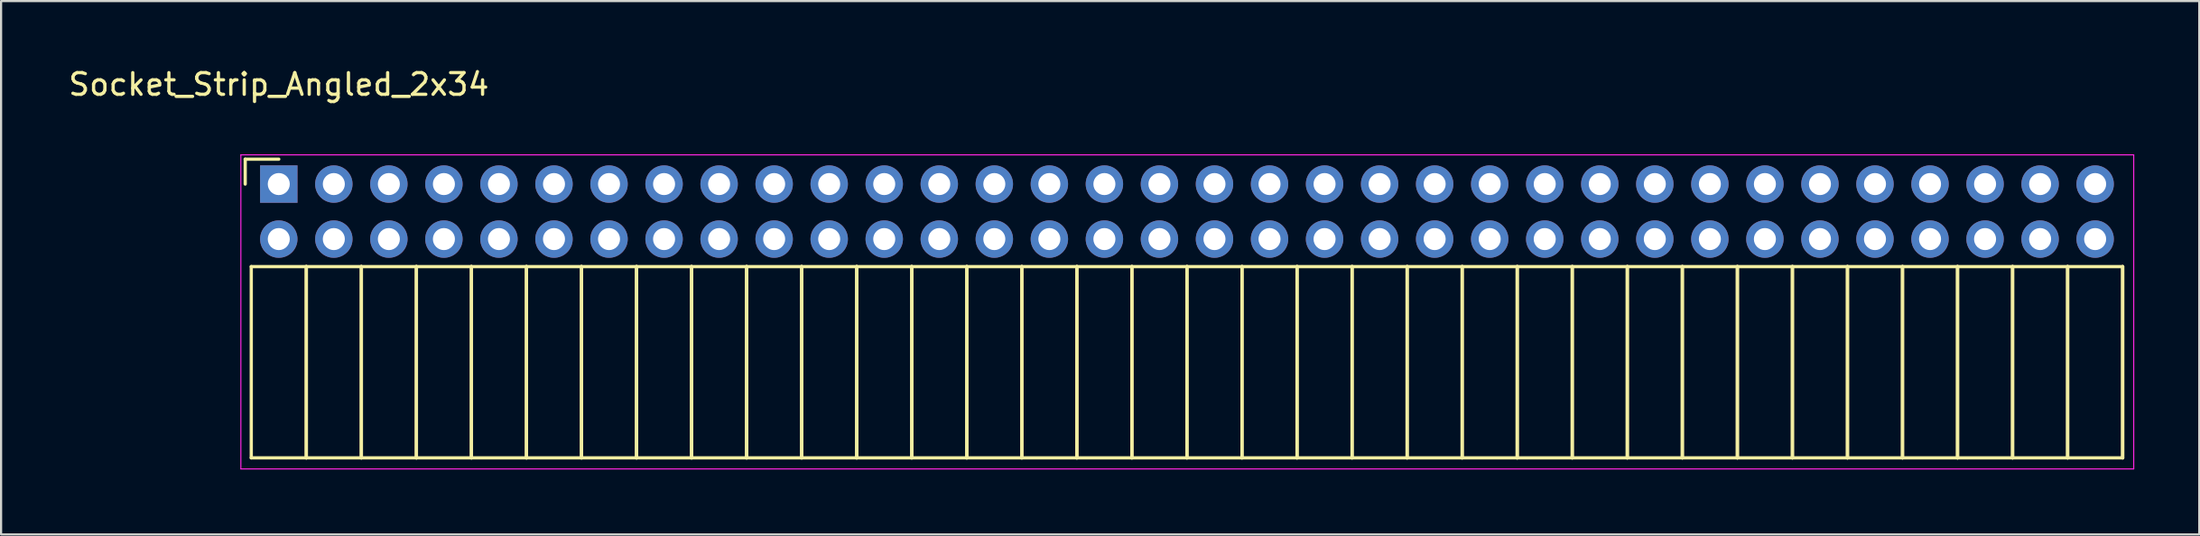
<source format=kicad_pcb>
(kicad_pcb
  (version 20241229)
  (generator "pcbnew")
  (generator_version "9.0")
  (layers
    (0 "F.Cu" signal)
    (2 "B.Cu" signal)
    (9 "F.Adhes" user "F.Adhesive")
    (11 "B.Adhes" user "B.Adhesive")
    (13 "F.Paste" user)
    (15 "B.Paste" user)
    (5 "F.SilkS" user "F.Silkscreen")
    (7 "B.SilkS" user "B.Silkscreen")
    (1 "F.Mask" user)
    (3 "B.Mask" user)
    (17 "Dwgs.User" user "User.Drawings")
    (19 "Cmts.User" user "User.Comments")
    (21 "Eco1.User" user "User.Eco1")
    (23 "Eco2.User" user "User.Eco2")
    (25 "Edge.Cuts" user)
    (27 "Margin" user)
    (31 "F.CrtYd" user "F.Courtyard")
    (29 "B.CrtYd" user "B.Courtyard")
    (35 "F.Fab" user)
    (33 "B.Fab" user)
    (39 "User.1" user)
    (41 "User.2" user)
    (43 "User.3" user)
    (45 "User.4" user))
  (footprint "Socket_Strip_Angled_2x34"
    (layer "F.Cu")
    (at 9.815 5.448)
    (property "Reference" "Socket_Strip_Angled_2x34" (at 0 -4.6 0) (layer "F.SilkS") (effects (font (size 1 1) (thickness 0.15))))
    (attr through_hole)
    (fp_line (start -1.55 -1.15) (end -1.55 0) (stroke (width 0.15) (type solid)) (layer "F.SilkS"))
    (fp_line (start -1.27 3.81) (end -1.27 12.64) (stroke (width 0.15) (type solid)) (layer "F.SilkS"))
    (fp_line (start -1.27 3.81) (end 1.27 3.81) (stroke (width 0.15) (type solid)) (layer "F.SilkS"))
    (fp_line (start -1.27 12.64) (end 1.27 12.64) (stroke (width 0.15) (type solid)) (layer "F.SilkS"))
    (fp_line (start 0 -1.15) (end -1.55 -1.15) (stroke (width 0.15) (type solid)) (layer "F.SilkS"))
    (fp_line (start 1.27 3.81) (end 1.27 12.64) (stroke (width 0.15) (type solid)) (layer "F.SilkS"))
    (fp_line (start 1.27 3.81) (end 3.81 3.81) (stroke (width 0.15) (type solid)) (layer "F.SilkS"))
    (fp_line (start 1.27 12.64) (end 1.27 3.81) (stroke (width 0.15) (type solid)) (layer "F.SilkS"))
    (fp_line (start 1.27 12.64) (end 3.81 12.64) (stroke (width 0.15) (type solid)) (layer "F.SilkS"))
    (fp_line (start 3.81 3.81) (end 3.81 12.64) (stroke (width 0.15) (type solid)) (layer "F.SilkS"))
    (fp_line (start 3.81 3.81) (end 6.35 3.81) (stroke (width 0.15) (type solid)) (layer "F.SilkS"))
    (fp_line (start 3.81 12.64) (end 3.81 3.81) (stroke (width 0.15) (type solid)) (layer "F.SilkS"))
    (fp_line (start 3.81 12.64) (end 6.35 12.64) (stroke (width 0.15) (type solid)) (layer "F.SilkS"))
    (fp_line (start 6.35 3.81) (end 6.35 12.64) (stroke (width 0.15) (type solid)) (layer "F.SilkS"))
    (fp_line (start 6.35 3.81) (end 8.89 3.81) (stroke (width 0.15) (type solid)) (layer "F.SilkS"))
    (fp_line (start 6.35 12.64) (end 6.35 3.81) (stroke (width 0.15) (type solid)) (layer "F.SilkS"))
    (fp_line (start 6.35 12.64) (end 8.89 12.64) (stroke (width 0.15) (type solid)) (layer "F.SilkS"))
    (fp_line (start 8.89 3.81) (end 8.89 12.64) (stroke (width 0.15) (type solid)) (layer "F.SilkS"))
    (fp_line (start 8.89 3.81) (end 11.43 3.81) (stroke (width 0.15) (type solid)) (layer "F.SilkS"))
    (fp_line (start 8.89 12.64) (end 8.89 3.81) (stroke (width 0.15) (type solid)) (layer "F.SilkS"))
    (fp_line (start 8.89 12.64) (end 11.43 12.64) (stroke (width 0.15) (type solid)) (layer "F.SilkS"))
    (fp_line (start 11.43 3.81) (end 11.43 12.64) (stroke (width 0.15) (type solid)) (layer "F.SilkS"))
    (fp_line (start 11.43 3.81) (end 13.97 3.81) (stroke (width 0.15) (type solid)) (layer "F.SilkS"))
    (fp_line (start 11.43 12.64) (end 11.43 3.81) (stroke (width 0.15) (type solid)) (layer "F.SilkS"))
    (fp_line (start 11.43 12.64) (end 13.97 12.64) (stroke (width 0.15) (type solid)) (layer "F.SilkS"))
    (fp_line (start 13.97 3.81) (end 13.97 12.64) (stroke (width 0.15) (type solid)) (layer "F.SilkS"))
    (fp_line (start 13.97 3.81) (end 16.51 3.81) (stroke (width 0.15) (type solid)) (layer "F.SilkS"))
    (fp_line (start 13.97 12.64) (end 13.97 3.81) (stroke (width 0.15) (type solid)) (layer "F.SilkS"))
    (fp_line (start 13.97 12.64) (end 16.51 12.64) (stroke (width 0.15) (type solid)) (layer "F.SilkS"))
    (fp_line (start 16.51 3.81) (end 16.51 12.64) (stroke (width 0.15) (type solid)) (layer "F.SilkS"))
    (fp_line (start 16.51 3.81) (end 19.05 3.81) (stroke (width 0.15) (type solid)) (layer "F.SilkS"))
    (fp_line (start 16.51 12.64) (end 16.51 3.81) (stroke (width 0.15) (type solid)) (layer "F.SilkS"))
    (fp_line (start 16.51 12.64) (end 19.05 12.64) (stroke (width 0.15) (type solid)) (layer "F.SilkS"))
    (fp_line (start 19.05 3.81) (end 19.05 12.64) (stroke (width 0.15) (type solid)) (layer "F.SilkS"))
    (fp_line (start 19.05 3.81) (end 21.59 3.81) (stroke (width 0.15) (type solid)) (layer "F.SilkS"))
    (fp_line (start 19.05 12.64) (end 19.05 3.81) (stroke (width 0.15) (type solid)) (layer "F.SilkS"))
    (fp_line (start 19.05 12.64) (end 21.59 12.64) (stroke (width 0.15) (type solid)) (layer "F.SilkS"))
    (fp_line (start 21.59 3.81) (end 21.59 12.64) (stroke (width 0.15) (type solid)) (layer "F.SilkS"))
    (fp_line (start 21.59 3.81) (end 24.13 3.81) (stroke (width 0.15) (type solid)) (layer "F.SilkS"))
    (fp_line (start 21.59 12.64) (end 21.59 3.81) (stroke (width 0.15) (type solid)) (layer "F.SilkS"))
    (fp_line (start 21.59 12.64) (end 24.13 12.64) (stroke (width 0.15) (type solid)) (layer "F.SilkS"))
    (fp_line (start 24.13 3.81) (end 24.13 12.64) (stroke (width 0.15) (type solid)) (layer "F.SilkS"))
    (fp_line (start 24.13 3.81) (end 26.67 3.81) (stroke (width 0.15) (type solid)) (layer "F.SilkS"))
    (fp_line (start 24.13 12.64) (end 24.13 3.81) (stroke (width 0.15) (type solid)) (layer "F.SilkS"))
    (fp_line (start 24.13 12.64) (end 26.67 12.64) (stroke (width 0.15) (type solid)) (layer "F.SilkS"))
    (fp_line (start 26.67 3.81) (end 26.67 12.64) (stroke (width 0.15) (type solid)) (layer "F.SilkS"))
    (fp_line (start 26.67 3.81) (end 29.21 3.81) (stroke (width 0.15) (type solid)) (layer "F.SilkS"))
    (fp_line (start 26.67 12.64) (end 26.67 3.81) (stroke (width 0.15) (type solid)) (layer "F.SilkS"))
    (fp_line (start 26.67 12.64) (end 29.21 12.64) (stroke (width 0.15) (type solid)) (layer "F.SilkS"))
    (fp_line (start 29.21 3.81) (end 29.21 12.64) (stroke (width 0.15) (type solid)) (layer "F.SilkS"))
    (fp_line (start 29.21 3.81) (end 31.75 3.81) (stroke (width 0.15) (type solid)) (layer "F.SilkS"))
    (fp_line (start 29.21 12.64) (end 29.21 3.81) (stroke (width 0.15) (type solid)) (layer "F.SilkS"))
    (fp_line (start 29.21 12.64) (end 31.75 12.64) (stroke (width 0.15) (type solid)) (layer "F.SilkS"))
    (fp_line (start 31.75 3.81) (end 31.75 12.64) (stroke (width 0.15) (type solid)) (layer "F.SilkS"))
    (fp_line (start 31.75 3.81) (end 34.29 3.81) (stroke (width 0.15) (type solid)) (layer "F.SilkS"))
    (fp_line (start 31.75 12.64) (end 31.75 3.81) (stroke (width 0.15) (type solid)) (layer "F.SilkS"))
    (fp_line (start 31.75 12.64) (end 34.29 12.64) (stroke (width 0.15) (type solid)) (layer "F.SilkS"))
    (fp_line (start 34.29 3.81) (end 34.29 12.64) (stroke (width 0.15) (type solid)) (layer "F.SilkS"))
    (fp_line (start 34.29 3.81) (end 36.83 3.81) (stroke (width 0.15) (type solid)) (layer "F.SilkS"))
    (fp_line (start 34.29 12.64) (end 34.29 3.81) (stroke (width 0.15) (type solid)) (layer "F.SilkS"))
    (fp_line (start 34.29 12.64) (end 36.83 12.64) (stroke (width 0.15) (type solid)) (layer "F.SilkS"))
    (fp_line (start 36.83 3.81) (end 36.83 12.64) (stroke (width 0.15) (type solid)) (layer "F.SilkS"))
    (fp_line (start 36.83 3.81) (end 39.37 3.81) (stroke (width 0.15) (type solid)) (layer "F.SilkS"))
    (fp_line (start 36.83 12.64) (end 36.83 3.81) (stroke (width 0.15) (type solid)) (layer "F.SilkS"))
    (fp_line (start 36.83 12.64) (end 39.37 12.64) (stroke (width 0.15) (type solid)) (layer "F.SilkS"))
    (fp_line (start 39.37 3.81) (end 39.37 12.64) (stroke (width 0.15) (type solid)) (layer "F.SilkS"))
    (fp_line (start 39.37 3.81) (end 41.91 3.81) (stroke (width 0.15) (type solid)) (layer "F.SilkS"))
    (fp_line (start 39.37 12.64) (end 39.37 3.81) (stroke (width 0.15) (type solid)) (layer "F.SilkS"))
    (fp_line (start 39.37 12.64) (end 41.91 12.64) (stroke (width 0.15) (type solid)) (layer "F.SilkS"))
    (fp_line (start 41.91 3.81) (end 41.91 12.64) (stroke (width 0.15) (type solid)) (layer "F.SilkS"))
    (fp_line (start 41.91 3.81) (end 44.45 3.81) (stroke (width 0.15) (type solid)) (layer "F.SilkS"))
    (fp_line (start 41.91 12.64) (end 41.91 3.81) (stroke (width 0.15) (type solid)) (layer "F.SilkS"))
    (fp_line (start 41.91 12.64) (end 44.45 12.64) (stroke (width 0.15) (type solid)) (layer "F.SilkS"))
    (fp_line (start 44.45 3.81) (end 44.45 12.64) (stroke (width 0.15) (type solid)) (layer "F.SilkS"))
    (fp_line (start 44.45 3.81) (end 46.99 3.81) (stroke (width 0.15) (type solid)) (layer "F.SilkS"))
    (fp_line (start 44.45 12.64) (end 44.45 3.81) (stroke (width 0.15) (type solid)) (layer "F.SilkS"))
    (fp_line (start 44.45 12.64) (end 46.99 12.64) (stroke (width 0.15) (type solid)) (layer "F.SilkS"))
    (fp_line (start 46.99 3.81) (end 46.99 12.64) (stroke (width 0.15) (type solid)) (layer "F.SilkS"))
    (fp_line (start 46.99 3.81) (end 49.53 3.81) (stroke (width 0.15) (type solid)) (layer "F.SilkS"))
    (fp_line (start 46.99 12.64) (end 46.99 3.81) (stroke (width 0.15) (type solid)) (layer "F.SilkS"))
    (fp_line (start 46.99 12.64) (end 49.53 12.64) (stroke (width 0.15) (type solid)) (layer "F.SilkS"))
    (fp_line (start 49.53 3.81) (end 49.53 12.64) (stroke (width 0.15) (type solid)) (layer "F.SilkS"))
    (fp_line (start 49.53 3.81) (end 52.07 3.81) (stroke (width 0.15) (type solid)) (layer "F.SilkS"))
    (fp_line (start 49.53 12.64) (end 49.53 3.81) (stroke (width 0.15) (type solid)) (layer "F.SilkS"))
    (fp_line (start 49.53 12.64) (end 52.07 12.64) (stroke (width 0.15) (type solid)) (layer "F.SilkS"))
    (fp_line (start 52.07 3.81) (end 52.07 12.64) (stroke (width 0.15) (type solid)) (layer "F.SilkS"))
    (fp_line (start 52.07 3.81) (end 54.61 3.81) (stroke (width 0.15) (type solid)) (layer "F.SilkS"))
    (fp_line (start 52.07 12.64) (end 52.07 3.81) (stroke (width 0.15) (type solid)) (layer "F.SilkS"))
    (fp_line (start 52.07 12.64) (end 54.61 12.64) (stroke (width 0.15) (type solid)) (layer "F.SilkS"))
    (fp_line (start 54.61 3.81) (end 54.61 12.64) (stroke (width 0.15) (type solid)) (layer "F.SilkS"))
    (fp_line (start 54.61 3.81) (end 57.15 3.81) (stroke (width 0.15) (type solid)) (layer "F.SilkS"))
    (fp_line (start 54.61 12.64) (end 54.61 3.81) (stroke (width 0.15) (type solid)) (layer "F.SilkS"))
    (fp_line (start 54.61 12.64) (end 57.15 12.64) (stroke (width 0.15) (type solid)) (layer "F.SilkS"))
    (fp_line (start 57.15 3.81) (end 57.15 12.64) (stroke (width 0.15) (type solid)) (layer "F.SilkS"))
    (fp_line (start 57.15 3.81) (end 59.69 3.81) (stroke (width 0.15) (type solid)) (layer "F.SilkS"))
    (fp_line (start 57.15 12.64) (end 57.15 3.81) (stroke (width 0.15) (type solid)) (layer "F.SilkS"))
    (fp_line (start 57.15 12.64) (end 59.69 12.64) (stroke (width 0.15) (type solid)) (layer "F.SilkS"))
    (fp_line (start 59.69 3.81) (end 59.69 12.64) (stroke (width 0.15) (type solid)) (layer "F.SilkS"))
    (fp_line (start 59.69 3.81) (end 62.23 3.81) (stroke (width 0.15) (type solid)) (layer "F.SilkS"))
    (fp_line (start 59.69 12.64) (end 59.69 3.81) (stroke (width 0.15) (type solid)) (layer "F.SilkS"))
    (fp_line (start 59.69 12.64) (end 62.23 12.64) (stroke (width 0.15) (type solid)) (layer "F.SilkS"))
    (fp_line (start 62.23 3.81) (end 62.23 12.64) (stroke (width 0.15) (type solid)) (layer "F.SilkS"))
    (fp_line (start 62.23 3.81) (end 64.77 3.81) (stroke (width 0.15) (type solid)) (layer "F.SilkS"))
    (fp_line (start 62.23 12.64) (end 62.23 3.81) (stroke (width 0.15) (type solid)) (layer "F.SilkS"))
    (fp_line (start 62.23 12.64) (end 64.77 12.64) (stroke (width 0.15) (type solid)) (layer "F.SilkS"))
    (fp_line (start 64.77 3.81) (end 64.77 12.64) (stroke (width 0.15) (type solid)) (layer "F.SilkS"))
    (fp_line (start 64.77 3.81) (end 67.31 3.81) (stroke (width 0.15) (type solid)) (layer "F.SilkS"))
    (fp_line (start 64.77 12.64) (end 64.77 3.81) (stroke (width 0.15) (type solid)) (layer "F.SilkS"))
    (fp_line (start 64.77 12.64) (end 67.31 12.64) (stroke (width 0.15) (type solid)) (layer "F.SilkS"))
    (fp_line (start 67.31 3.81) (end 67.31 12.64) (stroke (width 0.15) (type solid)) (layer "F.SilkS"))
    (fp_line (start 67.31 3.81) (end 69.85 3.81) (stroke (width 0.15) (type solid)) (layer "F.SilkS"))
    (fp_line (start 67.31 12.64) (end 67.31 3.81) (stroke (width 0.15) (type solid)) (layer "F.SilkS"))
    (fp_line (start 67.31 12.64) (end 69.85 12.64) (stroke (width 0.15) (type solid)) (layer "F.SilkS"))
    (fp_line (start 69.85 3.81) (end 69.85 12.64) (stroke (width 0.15) (type solid)) (layer "F.SilkS"))
    (fp_line (start 69.85 3.81) (end 72.39 3.81) (stroke (width 0.15) (type solid)) (layer "F.SilkS"))
    (fp_line (start 69.85 12.64) (end 69.85 3.81) (stroke (width 0.15) (type solid)) (layer "F.SilkS"))
    (fp_line (start 69.85 12.64) (end 72.39 12.64) (stroke (width 0.15) (type solid)) (layer "F.SilkS"))
    (fp_line (start 72.39 3.81) (end 72.39 12.64) (stroke (width 0.15) (type solid)) (layer "F.SilkS"))
    (fp_line (start 72.39 3.81) (end 74.93 3.81) (stroke (width 0.15) (type solid)) (layer "F.SilkS"))
    (fp_line (start 72.39 12.64) (end 72.39 3.81) (stroke (width 0.15) (type solid)) (layer "F.SilkS"))
    (fp_line (start 72.39 12.64) (end 74.93 12.64) (stroke (width 0.15) (type solid)) (layer "F.SilkS"))
    (fp_line (start 74.93 3.81) (end 74.93 12.64) (stroke (width 0.15) (type solid)) (layer "F.SilkS"))
    (fp_line (start 74.93 3.81) (end 77.47 3.81) (stroke (width 0.15) (type solid)) (layer "F.SilkS"))
    (fp_line (start 74.93 12.64) (end 74.93 3.81) (stroke (width 0.15) (type solid)) (layer "F.SilkS"))
    (fp_line (start 74.93 12.64) (end 77.47 12.64) (stroke (width 0.15) (type solid)) (layer "F.SilkS"))
    (fp_line (start 77.47 3.81) (end 77.47 12.64) (stroke (width 0.15) (type solid)) (layer "F.SilkS"))
    (fp_line (start 77.47 3.81) (end 80.01 3.81) (stroke (width 0.15) (type solid)) (layer "F.SilkS"))
    (fp_line (start 77.47 12.64) (end 77.47 3.81) (stroke (width 0.15) (type solid)) (layer "F.SilkS"))
    (fp_line (start 77.47 12.64) (end 80.01 12.64) (stroke (width 0.15) (type solid)) (layer "F.SilkS"))
    (fp_line (start 80.01 3.81) (end 80.01 12.64) (stroke (width 0.15) (type solid)) (layer "F.SilkS"))
    (fp_line (start 80.01 3.81) (end 82.55 3.81) (stroke (width 0.15) (type solid)) (layer "F.SilkS"))
    (fp_line (start 80.01 12.64) (end 80.01 3.81) (stroke (width 0.15) (type solid)) (layer "F.SilkS"))
    (fp_line (start 80.01 12.64) (end 82.55 12.64) (stroke (width 0.15) (type solid)) (layer "F.SilkS"))
    (fp_line (start 82.55 3.81) (end 82.55 12.64) (stroke (width 0.15) (type solid)) (layer "F.SilkS"))
    (fp_line (start 82.55 3.81) (end 85.09 3.81) (stroke (width 0.15) (type solid)) (layer "F.SilkS"))
    (fp_line (start 82.55 12.64) (end 82.55 3.81) (stroke (width 0.15) (type solid)) (layer "F.SilkS"))
    (fp_line (start 82.55 12.64) (end 85.09 12.64) (stroke (width 0.15) (type solid)) (layer "F.SilkS"))
    (fp_line (start 85.09 3.81) (end 85.09 12.64) (stroke (width 0.15) (type solid)) (layer "F.SilkS"))
    (fp_line (start 85.09 12.64) (end 85.09 3.81) (stroke (width 0.15) (type solid)) (layer "F.SilkS"))
    (fp_line (start -1.75 -1.35) (end -1.75 13.15) (stroke (width 0.05) (type solid)) (layer "F.CrtYd"))
    (fp_line (start -1.75 -1.35) (end 85.6 -1.35) (stroke (width 0.05) (type solid)) (layer "F.CrtYd"))
    (fp_line (start -1.75 13.15) (end 85.6 13.15) (stroke (width 0.05) (type solid)) (layer "F.CrtYd"))
    (fp_line (start 85.6 -1.35) (end 85.6 13.15) (stroke (width 0.05) (type solid)) (layer "F.CrtYd"))
    (pad "1" thru_hole rect (at 0 0) (size 1.727 1.727) (drill 1.016) (layers "*.Cu" "*.Mask"))
    (pad "2" thru_hole oval (at 0 2.54) (size 1.727 1.727) (drill 1.016) (layers "*.Cu" "*.Mask"))
    (pad "3" thru_hole oval (at 2.54 0) (size 1.727 1.727) (drill 1.016) (layers "*.Cu" "*.Mask"))
    (pad "4" thru_hole oval (at 2.54 2.54) (size 1.727 1.727) (drill 1.016) (layers "*.Cu" "*.Mask"))
    (pad "5" thru_hole oval (at 5.08 0) (size 1.727 1.727) (drill 1.016) (layers "*.Cu" "*.Mask"))
    (pad "6" thru_hole oval (at 5.08 2.54) (size 1.727 1.727) (drill 1.016) (layers "*.Cu" "*.Mask"))
    (pad "7" thru_hole oval (at 7.62 0) (size 1.727 1.727) (drill 1.016) (layers "*.Cu" "*.Mask"))
    (pad "8" thru_hole oval (at 7.62 2.54) (size 1.727 1.727) (drill 1.016) (layers "*.Cu" "*.Mask"))
    (pad "9" thru_hole oval (at 10.16 0) (size 1.727 1.727) (drill 1.016) (layers "*.Cu" "*.Mask"))
    (pad "10" thru_hole oval (at 10.16 2.54) (size 1.727 1.727) (drill 1.016) (layers "*.Cu" "*.Mask"))
    (pad "11" thru_hole oval (at 12.7 0) (size 1.727 1.727) (drill 1.016) (layers "*.Cu" "*.Mask"))
    (pad "12" thru_hole oval (at 12.7 2.54) (size 1.727 1.727) (drill 1.016) (layers "*.Cu" "*.Mask"))
    (pad "13" thru_hole oval (at 15.24 0) (size 1.727 1.727) (drill 1.016) (layers "*.Cu" "*.Mask"))
    (pad "14" thru_hole oval (at 15.24 2.54) (size 1.727 1.727) (drill 1.016) (layers "*.Cu" "*.Mask"))
    (pad "15" thru_hole oval (at 17.78 0) (size 1.727 1.727) (drill 1.016) (layers "*.Cu" "*.Mask"))
    (pad "16" thru_hole oval (at 17.78 2.54) (size 1.727 1.727) (drill 1.016) (layers "*.Cu" "*.Mask"))
    (pad "17" thru_hole oval (at 20.32 0) (size 1.727 1.727) (drill 1.016) (layers "*.Cu" "*.Mask"))
    (pad "18" thru_hole oval (at 20.32 2.54) (size 1.727 1.727) (drill 1.016) (layers "*.Cu" "*.Mask"))
    (pad "19" thru_hole oval (at 22.86 0) (size 1.727 1.727) (drill 1.016) (layers "*.Cu" "*.Mask"))
    (pad "20" thru_hole oval (at 22.86 2.54) (size 1.727 1.727) (drill 1.016) (layers "*.Cu" "*.Mask"))
    (pad "21" thru_hole oval (at 25.4 0) (size 1.727 1.727) (drill 1.016) (layers "*.Cu" "*.Mask"))
    (pad "22" thru_hole oval (at 25.4 2.54) (size 1.727 1.727) (drill 1.016) (layers "*.Cu" "*.Mask"))
    (pad "23" thru_hole oval (at 27.94 0) (size 1.727 1.727) (drill 1.016) (layers "*.Cu" "*.Mask"))
    (pad "24" thru_hole oval (at 27.94 2.54) (size 1.727 1.727) (drill 1.016) (layers "*.Cu" "*.Mask"))
    (pad "25" thru_hole oval (at 30.48 0) (size 1.727 1.727) (drill 1.016) (layers "*.Cu" "*.Mask"))
    (pad "26" thru_hole oval (at 30.48 2.54) (size 1.727 1.727) (drill 1.016) (layers "*.Cu" "*.Mask"))
    (pad "27" thru_hole oval (at 33.02 0) (size 1.727 1.727) (drill 1.016) (layers "*.Cu" "*.Mask"))
    (pad "28" thru_hole oval (at 33.02 2.54) (size 1.727 1.727) (drill 1.016) (layers "*.Cu" "*.Mask"))
    (pad "29" thru_hole oval (at 35.56 0) (size 1.727 1.727) (drill 1.016) (layers "*.Cu" "*.Mask"))
    (pad "30" thru_hole oval (at 35.56 2.54) (size 1.727 1.727) (drill 1.016) (layers "*.Cu" "*.Mask"))
    (pad "31" thru_hole oval (at 38.1 0) (size 1.727 1.727) (drill 1.016) (layers "*.Cu" "*.Mask"))
    (pad "32" thru_hole oval (at 38.1 2.54) (size 1.727 1.727) (drill 1.016) (layers "*.Cu" "*.Mask"))
    (pad "33" thru_hole oval (at 40.64 0) (size 1.727 1.727) (drill 1.016) (layers "*.Cu" "*.Mask"))
    (pad "34" thru_hole oval (at 40.64 2.54) (size 1.727 1.727) (drill 1.016) (layers "*.Cu" "*.Mask"))
    (pad "35" thru_hole oval (at 43.18 0) (size 1.727 1.727) (drill 1.016) (layers "*.Cu" "*.Mask"))
    (pad "36" thru_hole oval (at 43.18 2.54) (size 1.727 1.727) (drill 1.016) (layers "*.Cu" "*.Mask"))
    (pad "37" thru_hole oval (at 45.72 0) (size 1.727 1.727) (drill 1.016) (layers "*.Cu" "*.Mask"))
    (pad "38" thru_hole oval (at 45.72 2.54) (size 1.727 1.727) (drill 1.016) (layers "*.Cu" "*.Mask"))
    (pad "39" thru_hole oval (at 48.26 0) (size 1.727 1.727) (drill 1.016) (layers "*.Cu" "*.Mask"))
    (pad "40" thru_hole oval (at 48.26 2.54) (size 1.727 1.727) (drill 1.016) (layers "*.Cu" "*.Mask"))
    (pad "41" thru_hole oval (at 50.8 0) (size 1.727 1.727) (drill 1.016) (layers "*.Cu" "*.Mask"))
    (pad "42" thru_hole oval (at 50.8 2.54) (size 1.727 1.727) (drill 1.016) (layers "*.Cu" "*.Mask"))
    (pad "43" thru_hole oval (at 53.34 0) (size 1.727 1.727) (drill 1.016) (layers "*.Cu" "*.Mask"))
    (pad "44" thru_hole oval (at 53.34 2.54) (size 1.727 1.727) (drill 1.016) (layers "*.Cu" "*.Mask"))
    (pad "45" thru_hole oval (at 55.88 0) (size 1.727 1.727) (drill 1.016) (layers "*.Cu" "*.Mask"))
    (pad "46" thru_hole oval (at 55.88 2.54) (size 1.727 1.727) (drill 1.016) (layers "*.Cu" "*.Mask"))
    (pad "47" thru_hole oval (at 58.42 0) (size 1.727 1.727) (drill 1.016) (layers "*.Cu" "*.Mask"))
    (pad "48" thru_hole oval (at 58.42 2.54) (size 1.727 1.727) (drill 1.016) (layers "*.Cu" "*.Mask"))
    (pad "49" thru_hole oval (at 60.96 0) (size 1.727 1.727) (drill 1.016) (layers "*.Cu" "*.Mask"))
    (pad "50" thru_hole oval (at 60.96 2.54) (size 1.727 1.727) (drill 1.016) (layers "*.Cu" "*.Mask"))
    (pad "51" thru_hole oval (at 63.5 0) (size 1.727 1.727) (drill 1.016) (layers "*.Cu" "*.Mask"))
    (pad "52" thru_hole oval (at 63.5 2.54) (size 1.727 1.727) (drill 1.016) (layers "*.Cu" "*.Mask"))
    (pad "53" thru_hole oval (at 66.04 0) (size 1.727 1.727) (drill 1.016) (layers "*.Cu" "*.Mask"))
    (pad "54" thru_hole oval (at 66.04 2.54) (size 1.727 1.727) (drill 1.016) (layers "*.Cu" "*.Mask"))
    (pad "55" thru_hole oval (at 68.58 0) (size 1.727 1.727) (drill 1.016) (layers "*.Cu" "*.Mask"))
    (pad "56" thru_hole oval (at 68.58 2.54) (size 1.727 1.727) (drill 1.016) (layers "*.Cu" "*.Mask"))
    (pad "57" thru_hole oval (at 71.12 0) (size 1.727 1.727) (drill 1.016) (layers "*.Cu" "*.Mask"))
    (pad "58" thru_hole oval (at 71.12 2.54) (size 1.727 1.727) (drill 1.016) (layers "*.Cu" "*.Mask"))
    (pad "59" thru_hole oval (at 73.66 0) (size 1.727 1.727) (drill 1.016) (layers "*.Cu" "*.Mask"))
    (pad "60" thru_hole oval (at 73.66 2.54) (size 1.727 1.727) (drill 1.016) (layers "*.Cu" "*.Mask"))
    (pad "61" thru_hole oval (at 76.2 0) (size 1.727 1.727) (drill 1.016) (layers "*.Cu" "*.Mask"))
    (pad "62" thru_hole oval (at 76.2 2.54) (size 1.727 1.727) (drill 1.016) (layers "*.Cu" "*.Mask"))
    (pad "63" thru_hole oval (at 78.74 0) (size 1.727 1.727) (drill 1.016) (layers "*.Cu" "*.Mask"))
    (pad "64" thru_hole oval (at 78.74 2.54) (size 1.727 1.727) (drill 1.016) (layers "*.Cu" "*.Mask"))
    (pad "65" thru_hole oval (at 81.28 0) (size 1.727 1.727) (drill 1.016) (layers "*.Cu" "*.Mask"))
    (pad "66" thru_hole oval (at 81.28 2.54) (size 1.727 1.727) (drill 1.016) (layers "*.Cu" "*.Mask"))
    (pad "67" thru_hole oval (at 83.82 0) (size 1.727 1.727) (drill 1.016) (layers "*.Cu" "*.Mask"))
    (pad "68" thru_hole oval (at 83.82 2.54) (size 1.727 1.727) (drill 1.016) (layers "*.Cu" "*.Mask")))
  (gr_rect
    (start -3 -3)
    (end 98.44 21.623)
    (stroke (width 0.1) (type default))
    (fill no)
    (layer "Edge.Cuts")))
</source>
